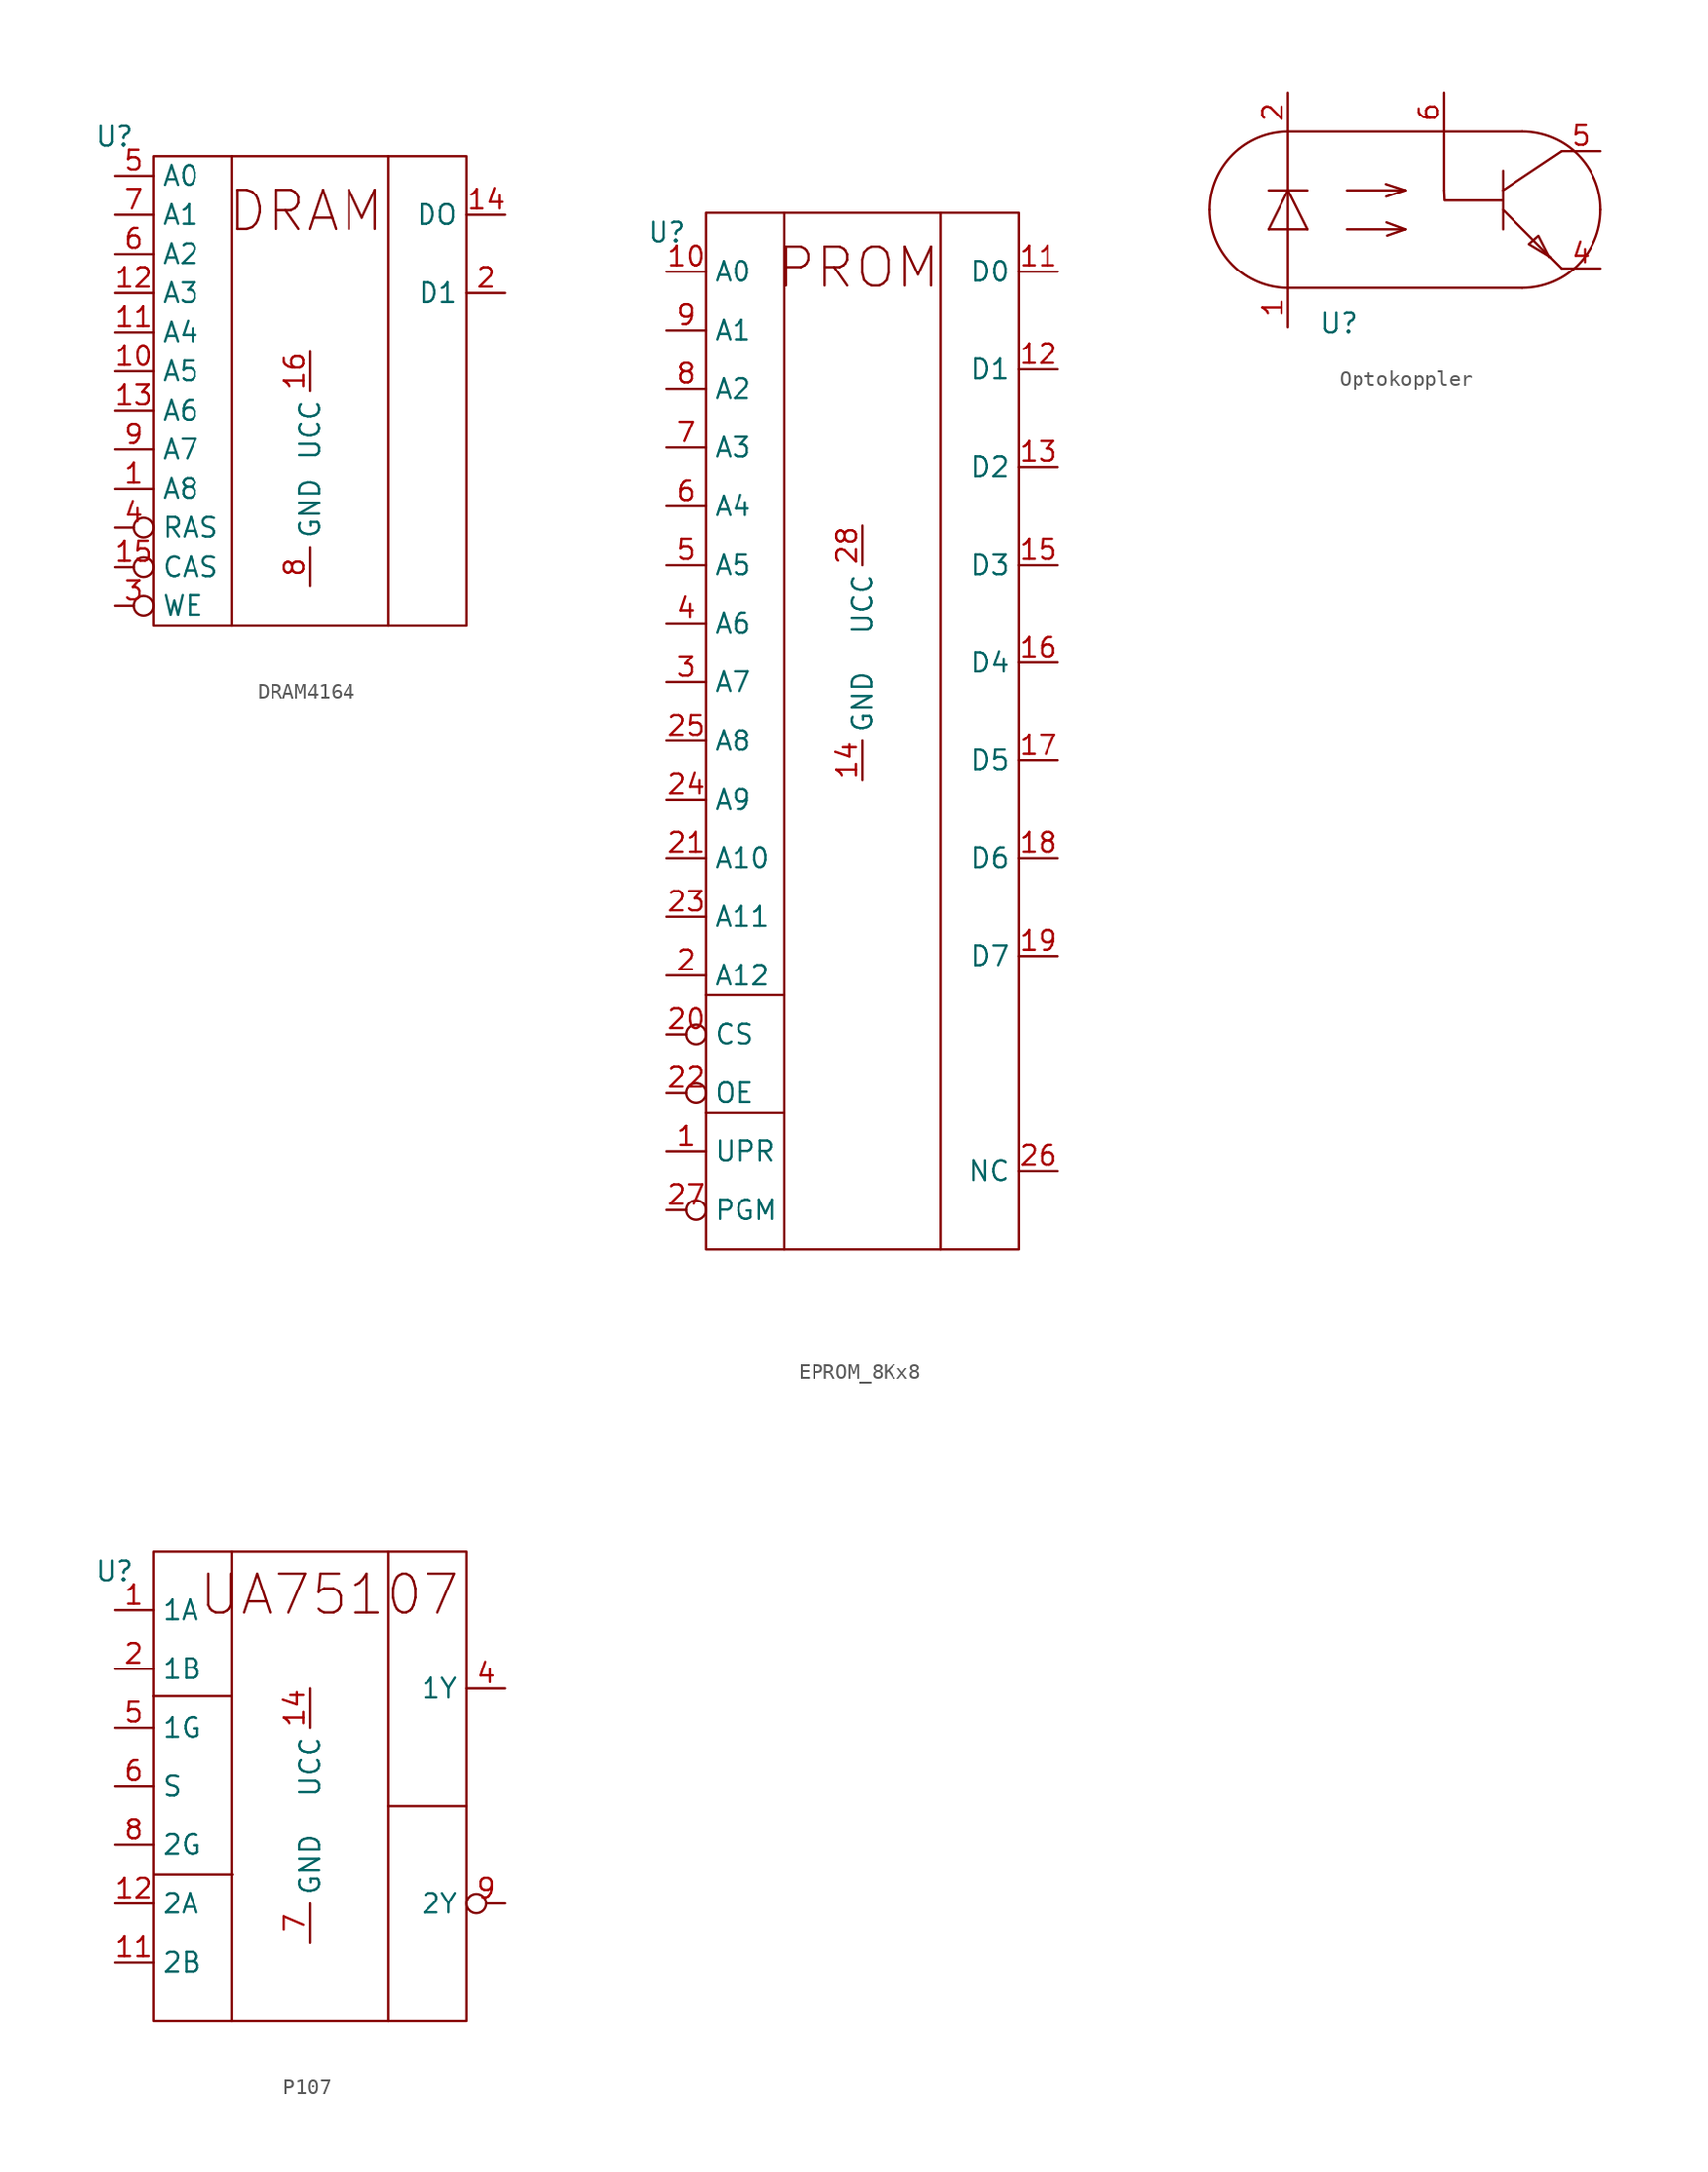
<source format=kicad_sym>
(kicad_symbol_lib
  (version 20231120)
  (generator "kicad_symbol_editor")
  (generator_version "8.0")
  (symbol "DRAM4164"
    (property "Reference" "U"
      (at 0 5.08 0)
      (effects (font (size 1.27 1.27))))
    (property "Value" ""
      (at 2.54 6.35 0)
      (effects (font (size 1.27 1.27))))
    (symbol "DRAM4164_0_1"
      (polyline (pts (xy 7.62 3.81) (xy 7.62 -26.67)) (stroke (width 0) (type default)) (fill (type none)))
      (polyline (pts (xy 17.78 3.81) (xy 17.78 -26.67)) (stroke (width 0) (type default)) (fill (type none)))
      (rectangle (start 2.54 3.81) (end 22.86 -26.67) (stroke (width 0) (type default)) (fill (type none))))
    (symbol "DRAM4164_1_1"
      (text "DRAM" (at 12.446 0.254 0) (effects (font (size 2.54 2.54))))
      (pin input line (at 0 -17.78 0) (length 2.54) (name "A8" (effects (font (size 1.27 1.27)))) (number "1" (effects (font (size 1.27 1.27)))))
      (pin input line (at 0 -10.16 0) (length 2.54) (name "A5" (effects (font (size 1.27 1.27)))) (number "10" (effects (font (size 1.27 1.27)))))
      (pin input line (at 0 -7.62 0) (length 2.54) (name "A4" (effects (font (size 1.27 1.27)))) (number "11" (effects (font (size 1.27 1.27)))))
      (pin input line (at 0 -5.08 0) (length 2.54) (name "A3" (effects (font (size 1.27 1.27)))) (number "12" (effects (font (size 1.27 1.27)))))
      (pin input line (at 0 -12.7 0) (length 2.54) (name "A6" (effects (font (size 1.27 1.27)))) (number "13" (effects (font (size 1.27 1.27)))))
      (pin tri_state line (at 25.4 0 180) (length 2.54) (name "DO" (effects (font (size 1.27 1.27)))) (number "14" (effects (font (size 1.27 1.27)))))
      (pin input inverted (at 0 -22.86 0) (length 2.54) (name "CAS" (effects (font (size 1.27 1.27)))) (number "15" (effects (font (size 1.27 1.27)))))
      (pin power_in line (at 12.7 -8.89 270) (length 2.54) (name "UCC" (effects (font (size 1.27 1.27)))) (number "16" (effects (font (size 1.27 1.27)))))
      (pin input line (at 25.4 -5.08 180) (length 2.54) (name "D1" (effects (font (size 1.27 1.27)))) (number "2" (effects (font (size 1.27 1.27)))))
      (pin input inverted (at 0 -25.4 0) (length 2.54) (name "WE" (effects (font (size 1.27 1.27)))) (number "3" (effects (font (size 1.27 1.27)))))
      (pin input inverted (at 0 -20.32 0) (length 2.54) (name "RAS" (effects (font (size 1.27 1.27)))) (number "4" (effects (font (size 1.27 1.27)))))
      (pin input line (at 0 2.54 0) (length 2.54) (name "A0" (effects (font (size 1.27 1.27)))) (number "5" (effects (font (size 1.27 1.27)))))
      (pin input line (at 0 -2.54 0) (length 2.54) (name "A2" (effects (font (size 1.27 1.27)))) (number "6" (effects (font (size 1.27 1.27)))))
      (pin input line (at 0 0 0) (length 2.54) (name "A1" (effects (font (size 1.27 1.27)))) (number "7" (effects (font (size 1.27 1.27)))))
      (pin power_in line (at 12.7 -24.13 90) (length 2.54) (name "GND" (effects (font (size 1.27 1.27)))) (number "8" (effects (font (size 1.27 1.27)))))
      (pin input line (at 0 -15.24 0) (length 2.54) (name "A7" (effects (font (size 1.27 1.27)))) (number "9" (effects (font (size 1.27 1.27)))))))
  (symbol "EPROM_8Kx8"
    (property "Reference" "U"
      (at 0 2.54 0)
      (effects (font (size 1.27 1.27))))
    (property "Value" ""
      (at 2.54 6.35 0)
      (effects (font (size 1.27 1.27))))
    (symbol "EPROM_8Kx8_0_1"
      (polyline (pts (xy 2.54 -54.61) (xy 7.62 -54.61)) (stroke (width 0) (type default)) (fill (type none)))
      (polyline (pts (xy 2.54 -46.99) (xy 7.62 -46.99)) (stroke (width 0) (type default)) (fill (type none)))
      (polyline (pts (xy 7.62 3.81) (xy 7.62 -63.5)) (stroke (width 0) (type default)) (fill (type none)))
      (polyline (pts (xy 17.78 3.81) (xy 17.78 -63.5)) (stroke (width 0) (type default)) (fill (type none)))
      (rectangle (start 2.54 3.81) (end 22.86 -63.5) (stroke (width 0) (type default)) (fill (type none))))
    (symbol "EPROM_8Kx8_1_1"
      (text "PROM" (at 12.446 0.254 0) (effects (font (size 2.54 2.54))))
      (pin input line (at 0 -57.15 0) (length 2.54) (name "UPR" (effects (font (size 1.27 1.27)))) (number "1" (effects (font (size 1.27 1.27)))))
      (pin input line (at 0 0 0) (length 2.54) (name "A0" (effects (font (size 1.27 1.27)))) (number "10" (effects (font (size 1.27 1.27)))))
      (pin tri_state line (at 25.4 0 180) (length 2.54) (name "D0" (effects (font (size 1.27 1.27)))) (number "11" (effects (font (size 1.27 1.27)))))
      (pin tri_state line (at 25.4 -6.35 180) (length 2.54) (name "D1" (effects (font (size 1.27 1.27)))) (number "12" (effects (font (size 1.27 1.27)))))
      (pin tri_state line (at 25.4 -12.7 180) (length 2.54) (name "D2" (effects (font (size 1.27 1.27)))) (number "13" (effects (font (size 1.27 1.27)))))
      (pin power_in line (at 12.7 -33.02 90) (length 2.54) (name "GND" (effects (font (size 1.27 1.27)))) (number "14" (effects (font (size 1.27 1.27)))))
      (pin tri_state line (at 25.4 -19.05 180) (length 2.54) (name "D3" (effects (font (size 1.27 1.27)))) (number "15" (effects (font (size 1.27 1.27)))))
      (pin tri_state line (at 25.4 -25.4 180) (length 2.54) (name "D4" (effects (font (size 1.27 1.27)))) (number "16" (effects (font (size 1.27 1.27)))))
      (pin tri_state line (at 25.4 -31.75 180) (length 2.54) (name "D5" (effects (font (size 1.27 1.27)))) (number "17" (effects (font (size 1.27 1.27)))))
      (pin tri_state line (at 25.4 -38.1 180) (length 2.54) (name "D6" (effects (font (size 1.27 1.27)))) (number "18" (effects (font (size 1.27 1.27)))))
      (pin tri_state line (at 25.4 -44.45 180) (length 2.54) (name "D7" (effects (font (size 1.27 1.27)))) (number "19" (effects (font (size 1.27 1.27)))))
      (pin input line (at 0 -45.72 0) (length 2.54) (name "A12" (effects (font (size 1.27 1.27)))) (number "2" (effects (font (size 1.27 1.27)))))
      (pin input inverted (at 0 -49.53 0) (length 2.54) (name "CS" (effects (font (size 1.27 1.27)))) (number "20" (effects (font (size 1.27 1.27)))))
      (pin input line (at 0 -38.1 0) (length 2.54) (name "A10" (effects (font (size 1.27 1.27)))) (number "21" (effects (font (size 1.27 1.27)))))
      (pin input inverted (at 0 -53.34 0) (length 2.54) (name "OE" (effects (font (size 1.27 1.27)))) (number "22" (effects (font (size 1.27 1.27)))))
      (pin input line (at 0 -41.91 0) (length 2.54) (name "A11" (effects (font (size 1.27 1.27)))) (number "23" (effects (font (size 1.27 1.27)))))
      (pin input line (at 0 -34.29 0) (length 2.54) (name "A9" (effects (font (size 1.27 1.27)))) (number "24" (effects (font (size 1.27 1.27)))))
      (pin input line (at 0 -30.48 0) (length 2.54) (name "A8" (effects (font (size 1.27 1.27)))) (number "25" (effects (font (size 1.27 1.27)))))
      (pin passive line (at 25.4 -58.42 180) (length 2.54) (name "NC" (effects (font (size 1.27 1.27)))) (number "26" (effects (font (size 1.27 1.27)))))
      (pin input inverted (at 0 -60.96 0) (length 2.54) (name "PGM" (effects (font (size 1.27 1.27)))) (number "27" (effects (font (size 1.27 1.27)))))
      (pin power_in line (at 12.7 -16.51 270) (length 2.54) (name "UCC" (effects (font (size 1.27 1.27)))) (number "28" (effects (font (size 1.27 1.27)))))
      (pin input line (at 0 -26.67 0) (length 2.54) (name "A7" (effects (font (size 1.27 1.27)))) (number "3" (effects (font (size 1.27 1.27)))))
      (pin input line (at 0 -22.86 0) (length 2.54) (name "A6" (effects (font (size 1.27 1.27)))) (number "4" (effects (font (size 1.27 1.27)))))
      (pin input line (at 0 -19.05 0) (length 2.54) (name "A5" (effects (font (size 1.27 1.27)))) (number "5" (effects (font (size 1.27 1.27)))))
      (pin input line (at 0 -15.24 0) (length 2.54) (name "A4" (effects (font (size 1.27 1.27)))) (number "6" (effects (font (size 1.27 1.27)))))
      (pin input line (at 0 -11.43 0) (length 2.54) (name "A3" (effects (font (size 1.27 1.27)))) (number "7" (effects (font (size 1.27 1.27)))))
      (pin input line (at 0 -7.62 0) (length 2.54) (name "A2" (effects (font (size 1.27 1.27)))) (number "8" (effects (font (size 1.27 1.27)))))
      (pin input line (at 0 -3.81 0) (length 2.54) (name "A1" (effects (font (size 1.27 1.27)))) (number "9" (effects (font (size 1.27 1.27)))))))
  (symbol "Optokoppler"
    (property "Reference" "U"
      (at 8.382 -9.906 0)
      (effects (font (size 1.27 1.27))))
    (property "Value" ""
      (at 0 0 0)
      (effects (font (size 1.27 1.27))))
    (symbol "Optokoppler_0_1"
      (arc (start 0 -2.54) (mid 1.4879 -6.1321) (end 5.08 -7.62) (stroke (width 0) (type default)) (fill (type none)))
      (polyline (pts (xy 3.81 -3.81) (xy 6.35 -3.81)) (stroke (width 0) (type default)) (fill (type none)))
      (polyline (pts (xy 3.81 -1.27) (xy 6.35 -1.27)) (stroke (width 0) (type default)) (fill (type none)))
      (polyline (pts (xy 5.08 -7.62) (xy 5.08 2.54)) (stroke (width 0) (type default)) (fill (type none)))
      (polyline (pts (xy 5.08 -1.27) (xy 3.81 -3.81)) (stroke (width 0) (type default)) (fill (type none)))
      (polyline (pts (xy 5.08 2.54) (xy 20.32 2.54)) (stroke (width 0) (type default)) (fill (type none)))
      (polyline (pts (xy 6.35 -3.81) (xy 5.08 -1.27)) (stroke (width 0) (type default)) (fill (type none)))
      (polyline (pts (xy 8.89 -3.81) (xy 12.7 -3.81)) (stroke (width 0) (type default)) (fill (type none)))
      (polyline (pts (xy 8.89 -1.27) (xy 12.7 -1.27)) (stroke (width 0) (type default)) (fill (type none)))
      (polyline (pts (xy 12.7 -3.81) (xy 11.49 -3.36)) (stroke (width 0) (type default)) (fill (type none)))
      (polyline (pts (xy 12.7 -3.81) (xy 11.53 -4.219)) (stroke (width 0) (type default)) (fill (type none)))
      (polyline (pts (xy 12.7 -1.27) (xy 11.45 -0.861)) (stroke (width 0) (type default)) (fill (type none)))
      (polyline (pts (xy 12.7 -1.27) (xy 11.47 -1.68)) (stroke (width 0) (type default)) (fill (type none)))
      (polyline (pts (xy 15.24 2.54) (xy 15.24 -1.27)) (stroke (width 0) (type default)) (fill (type none)))
      (polyline (pts (xy 19.05 -1.27) (xy 19.05 -3.81)) (stroke (width 0) (type default)) (fill (type none)))
      (polyline (pts (xy 19.05 -1.27) (xy 19.05 0)) (stroke (width 0) (type default)) (fill (type none)))
      (polyline (pts (xy 19.05 -1.27) (xy 22.86 1.27)) (stroke (width 0) (type default)) (fill (type none)))
      (polyline (pts (xy 20.32 -7.62) (xy 5.08 -7.62)) (stroke (width 0) (type default)) (fill (type none)))
      (polyline (pts (xy 22.86 -6.35) (xy 19.05 -2.54)) (stroke (width 0) (type default)) (fill (type none)))
      (polyline (pts (xy 19.01 -1.93) (xy 15.271 -1.93) (xy 15.24 -1.27)) (stroke (width 0) (type default)) (fill (type none)))
      (polyline (pts (xy 22.149 -5.608) (xy 20.749 -4.769) (xy 21.369 -4.229) (xy 22.069 -5.608)) (stroke (width 0) (type default)) (fill (type none)))
      (arc (start 5.08 2.54) (mid 1.4879 1.0521) (end 0 -2.54) (stroke (width 0) (type default)) (fill (type none)))
      (arc (start 20.32 -7.62) (mid 23.9121 -6.1321) (end 25.4 -2.54) (stroke (width 0) (type default)) (fill (type none)))
      (arc (start 25.4 -2.54) (mid 23.9121 1.0521) (end 20.32 2.54) (stroke (width 0) (type default)) (fill (type none))))
    (symbol "Optokoppler_1_1"
      (pin passive line (at 5.08 -10.16 90) (length 2.54) (name "" (effects (font (size 1.27 1.27)))) (number "1" (effects (font (size 1.27 1.27)))))
      (pin passive line (at 5.08 5.08 270) (length 2.54) (name "" (effects (font (size 1.27 1.27)))) (number "2" (effects (font (size 1.27 1.27)))))
      (pin passive line (at 25.4 -6.35 180) (length 2.54) (name "" (effects (font (size 1.27 1.27)))) (number "4" (effects (font (size 1.27 1.27)))))
      (pin passive line (at 25.4 1.27 180) (length 2.54) (name "" (effects (font (size 1.27 1.27)))) (number "5" (effects (font (size 1.27 1.27)))))
      (pin passive line (at 15.24 5.08 270) (length 2.54) (name "" (effects (font (size 1.27 1.27)))) (number "6" (effects (font (size 1.27 1.27)))))))
  (symbol "P107"
    (property "Reference" "U"
      (at 0 2.54 0)
      (effects (font (size 1.27 1.27))))
    (property "Value" ""
      (at 2.54 6.35 0)
      (effects (font (size 1.27 1.27))))
    (symbol "P107_0_1"
      (polyline (pts (xy 2.525 -5.574) (xy 7.605 -5.574)) (stroke (width 0) (type default)) (fill (type none)))
      (polyline (pts (xy 2.588 -17.15) (xy 7.668 -17.15)) (stroke (width 0) (type default)) (fill (type none)))
      (polyline (pts (xy 7.62 3.81) (xy 7.62 -26.67)) (stroke (width 0) (type default)) (fill (type none)))
      (polyline (pts (xy 17.78 -12.7) (xy 22.86 -12.7)) (stroke (width 0) (type default)) (fill (type none)))
      (polyline (pts (xy 17.78 3.81) (xy 17.78 -26.67)) (stroke (width 0) (type default)) (fill (type none)))
      (rectangle (start 2.54 3.81) (end 22.86 -26.67) (stroke (width 0) (type default)) (fill (type none))))
    (symbol "P107_1_1"
      (text "UA75107\n" (at 13.97 1.016 0) (effects (font (size 2.54 2.54))))
      (pin input line (at 0 0 0) (length 2.54) (name "1A" (effects (font (size 1.27 1.27)))) (number "1" (effects (font (size 1.27 1.27)))))
      (pin input line (at 0 -22.86 0) (length 2.54) (name "2B" (effects (font (size 1.27 1.27)))) (number "11" (effects (font (size 1.27 1.27)))))
      (pin input line (at 0 -19.05 0) (length 2.54) (name "2A" (effects (font (size 1.27 1.27)))) (number "12" (effects (font (size 1.27 1.27)))))
      (pin power_in line (at 12.7 -5.08 270) (length 2.54) (name "UCC" (effects (font (size 1.27 1.27)))) (number "14" (effects (font (size 1.27 1.27)))))
      (pin input line (at 0 -3.81 0) (length 2.54) (name "1B" (effects (font (size 1.27 1.27)))) (number "2" (effects (font (size 1.27 1.27)))))
      (pin output line (at 25.4 -5.08 180) (length 2.54) (name "1Y" (effects (font (size 1.27 1.27)))) (number "4" (effects (font (size 1.27 1.27)))))
      (pin input line (at 0 -7.62 0) (length 2.54) (name "1G" (effects (font (size 1.27 1.27)))) (number "5" (effects (font (size 1.27 1.27)))))
      (pin input line (at 0 -11.43 0) (length 2.54) (name "S" (effects (font (size 1.27 1.27)))) (number "6" (effects (font (size 1.27 1.27)))))
      (pin power_in line (at 12.7 -21.59 90) (length 2.54) (name "GND" (effects (font (size 1.27 1.27)))) (number "7" (effects (font (size 1.27 1.27)))))
      (pin input line (at 0 -15.24 0) (length 2.54) (name "2G" (effects (font (size 1.27 1.27)))) (number "8" (effects (font (size 1.27 1.27)))))
      (pin output inverted (at 25.4 -19.05 180) (length 2.54) (name "2Y" (effects (font (size 1.27 1.27)))) (number "9" (effects (font (size 1.27 1.27))))))))
</source>
